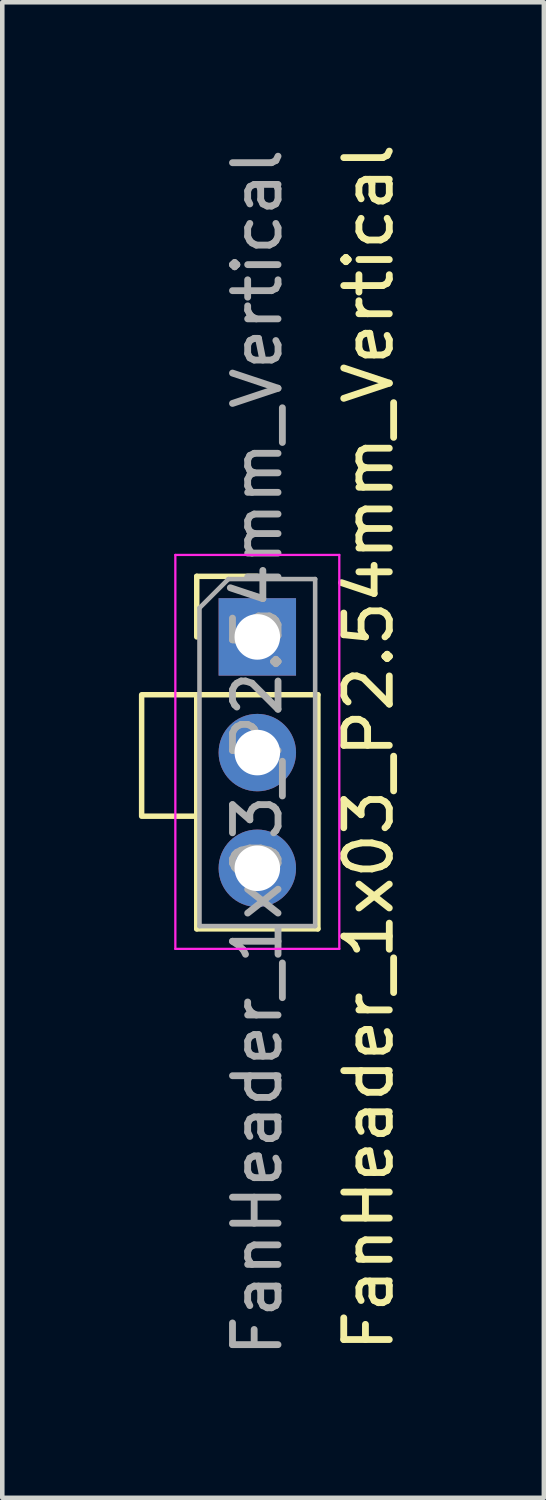
<source format=kicad_pcb>
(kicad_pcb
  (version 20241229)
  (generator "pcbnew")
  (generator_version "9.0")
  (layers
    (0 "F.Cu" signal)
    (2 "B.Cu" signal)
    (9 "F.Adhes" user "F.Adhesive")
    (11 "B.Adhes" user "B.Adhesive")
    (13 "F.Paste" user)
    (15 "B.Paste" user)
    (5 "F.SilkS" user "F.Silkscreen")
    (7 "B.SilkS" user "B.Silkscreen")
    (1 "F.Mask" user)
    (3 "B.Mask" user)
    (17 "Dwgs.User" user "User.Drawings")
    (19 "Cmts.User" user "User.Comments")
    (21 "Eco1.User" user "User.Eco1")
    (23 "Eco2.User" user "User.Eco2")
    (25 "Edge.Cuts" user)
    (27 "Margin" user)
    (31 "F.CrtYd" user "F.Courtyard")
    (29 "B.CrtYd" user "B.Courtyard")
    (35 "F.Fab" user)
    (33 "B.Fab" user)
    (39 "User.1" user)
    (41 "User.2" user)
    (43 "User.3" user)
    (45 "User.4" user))
  (footprint "FanHeader_1x03_P2.54mm_Vertical"
    (layer "F.Cu")
    (at 2.6 10.935)
    (property "Reference" "FanHeader_1x03_P2.54mm_Vertical" (at 2.443 2.428 90) (layer "F.SilkS") (effects (font (size 1 1) (thickness 0.15))))
    (attr through_hole)
    (fp_line (start -1.33 -1.33) (end 0 -1.33) (stroke (width 0.12) (type solid)) (layer "F.SilkS"))
    (fp_line (start -1.33 0) (end -1.33 -1.33) (stroke (width 0.12) (type solid)) (layer "F.SilkS"))
    (fp_line (start -1.33 1.27) (end -1.33 6.41) (stroke (width 0.12) (type solid)) (layer "F.SilkS"))
    (fp_line (start -1.33 1.27) (end 1.33 1.27) (stroke (width 0.12) (type solid)) (layer "F.SilkS"))
    (fp_line (start -1.33 6.41) (end 1.33 6.41) (stroke (width 0.12) (type solid)) (layer "F.SilkS"))
    (fp_line (start 1.33 1.27) (end 1.33 6.41) (stroke (width 0.12) (type solid)) (layer "F.SilkS"))
    (fp_rect (start -1.33 1.27) (end -2.54 3.937) (stroke (width 0.12) (type default)) (fill no) (layer "F.SilkS"))
    (fp_line (start -1.8 -1.8) (end -1.8 6.85) (stroke (width 0.05) (type solid)) (layer "F.CrtYd"))
    (fp_line (start -1.8 6.85) (end 1.8 6.85) (stroke (width 0.05) (type solid)) (layer "F.CrtYd"))
    (fp_line (start 1.8 -1.8) (end -1.8 -1.8) (stroke (width 0.05) (type solid)) (layer "F.CrtYd"))
    (fp_line (start 1.8 6.85) (end 1.8 -1.8) (stroke (width 0.05) (type solid)) (layer "F.CrtYd"))
    (fp_line (start -1.27 -0.635) (end -0.635 -1.27) (stroke (width 0.1) (type solid)) (layer "F.Fab"))
    (fp_line (start -1.27 6.35) (end -1.27 -0.635) (stroke (width 0.1) (type solid)) (layer "F.Fab"))
    (fp_line (start -0.635 -1.27) (end 1.27 -1.27) (stroke (width 0.1) (type solid)) (layer "F.Fab"))
    (fp_line (start 1.27 -1.27) (end 1.27 6.35) (stroke (width 0.1) (type solid)) (layer "F.Fab"))
    (fp_line (start 1.27 6.35) (end -1.27 6.35) (stroke (width 0.1) (type solid)) (layer "F.Fab"))
    (fp_text user "${REFERENCE}" (at 0 2.54 270) (layer "F.Fab") (effects (font (size 1 1) (thickness 0.15))))
    (pad "1" thru_hole rect (at 0 0) (size 1.7 1.7) (drill 1) (layers "*.Cu" "*.Mask"))
    (pad "2" thru_hole oval (at 0 2.54) (size 1.7 1.7) (drill 1) (layers "*.Cu" "*.Mask"))
    (pad "3" thru_hole oval (at 0 5.08) (size 1.7 1.7) (drill 1) (layers "*.Cu" "*.Mask")))
  (gr_rect
    (start -3 -3)
    (end 8.892 29.838)
    (stroke (width 0.1) (type default))
    (fill no)
    (layer "Edge.Cuts")))
</source>
